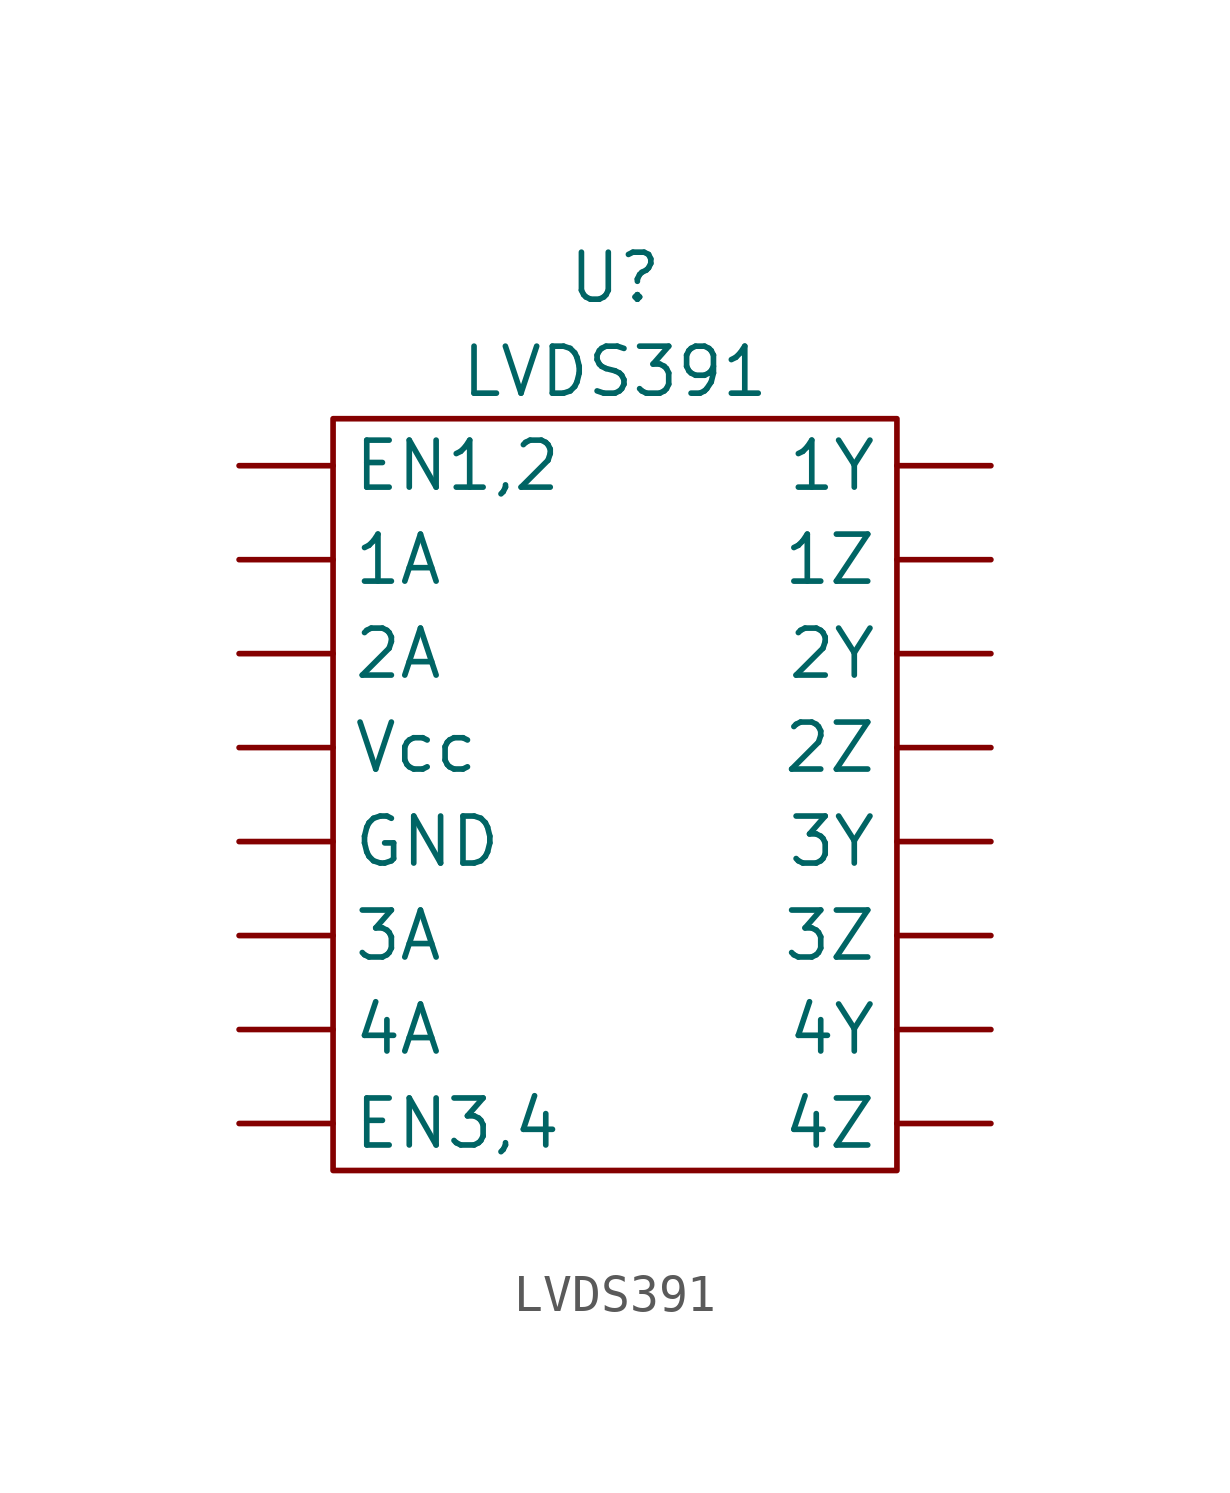
<source format=kicad_sym>
(kicad_symbol_lib
  (version 20220914)
  (generator kicad_symbol_editor)
  (symbol "LVDS391"
    (property "Reference" "U"
      (at 0 13.97 0)
      (effects (font (size 1.27 1.27))))
    (property "Value" "LVDS391"
      (at 0 11.43 0)
      (effects (font (size 1.27 1.27))))
    (symbol "LVDS391_0_1"
      (rectangle (start -7.62 10.16) (end 7.62 -10.16) (stroke (width 0) (type default)) (fill (type none))))
    (symbol "LVDS391_1_1"
      (pin input line (at -10.16 6.35 0) (length 2.54) (name "1A" (effects (font (size 1.27 1.27)))) (number "" (effects (font (size 1.27 1.27)))))
      (pin output line (at 10.16 8.89 180) (length 2.54) (name "1Y" (effects (font (size 1.27 1.27)))) (number "" (effects (font (size 1.27 1.27)))))
      (pin output line (at 10.16 6.35 180) (length 2.54) (name "1Z" (effects (font (size 1.27 1.27)))) (number "" (effects (font (size 1.27 1.27)))))
      (pin input line (at -10.16 3.81 0) (length 2.54) (name "2A" (effects (font (size 1.27 1.27)))) (number "" (effects (font (size 1.27 1.27)))))
      (pin output line (at 10.16 3.81 180) (length 2.54) (name "2Y" (effects (font (size 1.27 1.27)))) (number "" (effects (font (size 1.27 1.27)))))
      (pin output line (at 10.16 1.27 180) (length 2.54) (name "2Z" (effects (font (size 1.27 1.27)))) (number "" (effects (font (size 1.27 1.27)))))
      (pin input line (at -10.16 -3.81 0) (length 2.54) (name "3A" (effects (font (size 1.27 1.27)))) (number "" (effects (font (size 1.27 1.27)))))
      (pin output line (at 10.16 -1.27 180) (length 2.54) (name "3Y" (effects (font (size 1.27 1.27)))) (number "" (effects (font (size 1.27 1.27)))))
      (pin output line (at 10.16 -3.81 180) (length 2.54) (name "3Z" (effects (font (size 1.27 1.27)))) (number "" (effects (font (size 1.27 1.27)))))
      (pin input line (at -10.16 -6.35 0) (length 2.54) (name "4A" (effects (font (size 1.27 1.27)))) (number "" (effects (font (size 1.27 1.27)))))
      (pin output line (at 10.16 -6.35 180) (length 2.54) (name "4Y" (effects (font (size 1.27 1.27)))) (number "" (effects (font (size 1.27 1.27)))))
      (pin output line (at 10.16 -8.89 180) (length 2.54) (name "4Z" (effects (font (size 1.27 1.27)))) (number "" (effects (font (size 1.27 1.27)))))
      (pin input line (at -10.16 8.89 0) (length 2.54) (name "EN1,2" (effects (font (size 1.27 1.27)))) (number "" (effects (font (size 1.27 1.27)))))
      (pin input line (at -10.16 -8.89 0) (length 2.54) (name "EN3,4" (effects (font (size 1.27 1.27)))) (number "" (effects (font (size 1.27 1.27)))))
      (pin power_in line (at -10.16 -1.27 0) (length 2.54) (name "GND" (effects (font (size 1.27 1.27)))) (number "" (effects (font (size 1.27 1.27)))))
      (pin power_in line (at -10.16 1.27 0) (length 2.54) (name "Vcc" (effects (font (size 1.27 1.27)))) (number "" (effects (font (size 1.27 1.27))))))))
</source>
